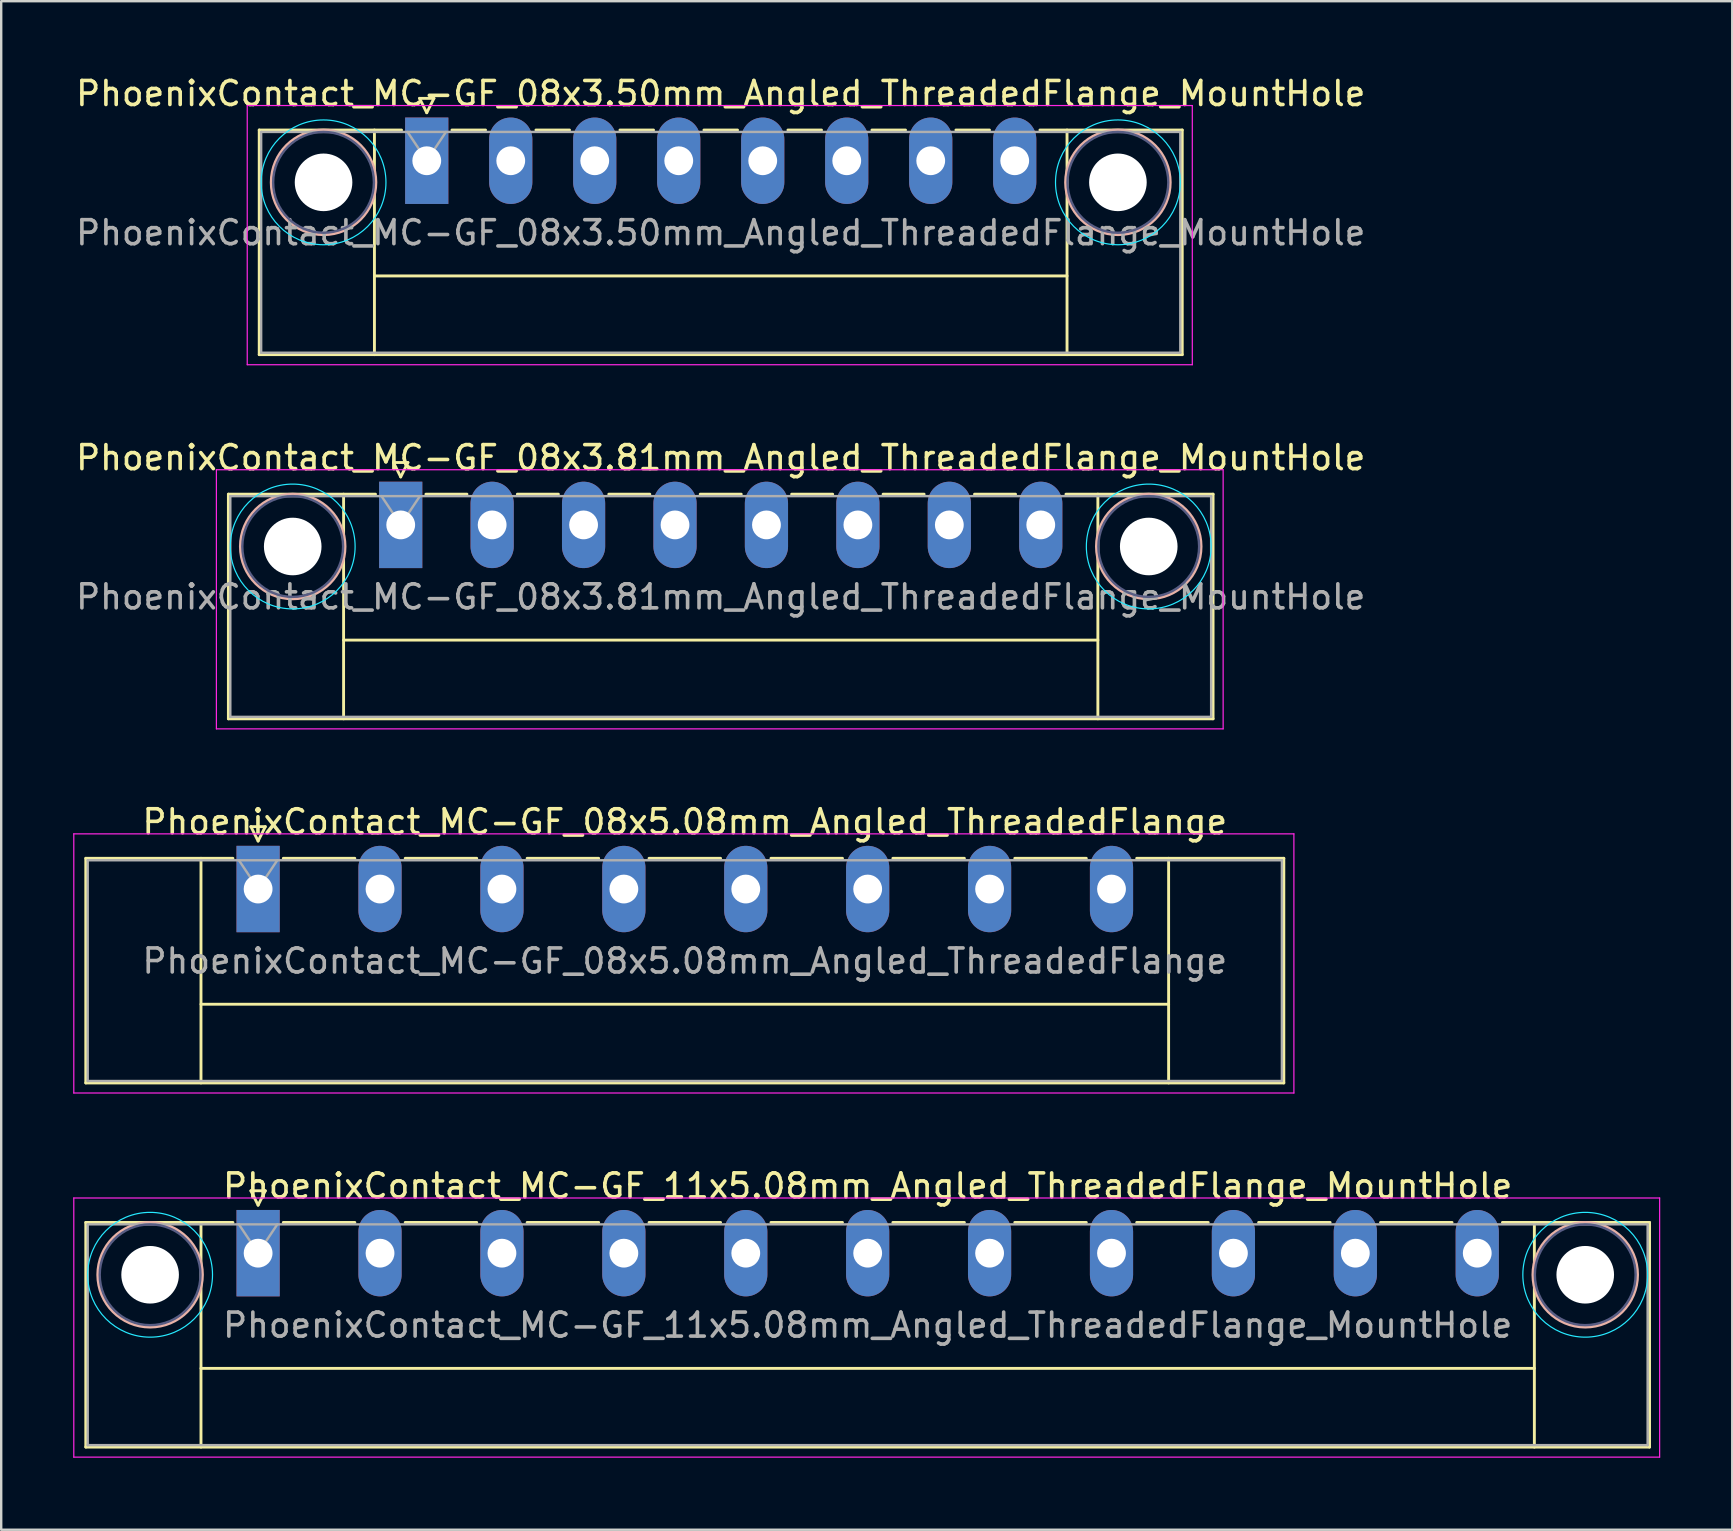
<source format=kicad_pcb>
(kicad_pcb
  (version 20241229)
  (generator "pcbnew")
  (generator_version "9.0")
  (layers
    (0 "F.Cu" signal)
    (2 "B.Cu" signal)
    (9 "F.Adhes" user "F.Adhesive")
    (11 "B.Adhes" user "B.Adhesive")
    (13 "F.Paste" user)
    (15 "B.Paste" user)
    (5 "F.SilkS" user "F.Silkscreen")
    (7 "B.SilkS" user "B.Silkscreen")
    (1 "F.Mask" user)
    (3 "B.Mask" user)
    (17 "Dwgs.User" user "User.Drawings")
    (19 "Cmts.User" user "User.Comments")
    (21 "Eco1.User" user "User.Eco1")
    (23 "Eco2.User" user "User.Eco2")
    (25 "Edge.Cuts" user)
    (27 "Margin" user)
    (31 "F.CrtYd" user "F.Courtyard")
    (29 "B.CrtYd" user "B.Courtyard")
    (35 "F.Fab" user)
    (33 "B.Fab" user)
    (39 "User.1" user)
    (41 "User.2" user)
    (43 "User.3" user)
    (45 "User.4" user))
  (footprint "PhoenixContact_MC-GF_08x5.08mm_Angled_ThreadedFlange"
    (layer "F.Cu")
    (at 7.705 33.995)
    (property "Reference" "PhoenixContact_MC-GF_08x5.08mm_Angled_ThreadedFlange" (at 17.78 -2.8 0) (layer "F.SilkS") (effects (font (size 1 1) (thickness 0.15))))
    (attr through_hole)
    (fp_line (start -7.18 -1.28) (end -7.18 8.08) (stroke (width 0.12) (type solid)) (layer "F.SilkS"))
    (fp_line (start -7.18 -1.28) (end -1.05 -1.28) (stroke (width 0.12) (type solid)) (layer "F.SilkS"))
    (fp_line (start -7.18 8.08) (end 42.74 8.08) (stroke (width 0.12) (type solid)) (layer "F.SilkS"))
    (fp_line (start -2.38 -1.28) (end -2.38 8.08) (stroke (width 0.12) (type solid)) (layer "F.SilkS"))
    (fp_line (start -2.38 4.8) (end 37.94 4.8) (stroke (width 0.12) (type solid)) (layer "F.SilkS"))
    (fp_line (start -0.3 -2.6) (end 0.3 -2.6) (stroke (width 0.12) (type solid)) (layer "F.SilkS"))
    (fp_line (start 0 -2) (end -0.3 -2.6) (stroke (width 0.12) (type solid)) (layer "F.SilkS"))
    (fp_line (start 0.3 -2.6) (end 0 -2) (stroke (width 0.12) (type solid)) (layer "F.SilkS"))
    (fp_line (start 1.05 -1.28) (end 4.03 -1.28) (stroke (width 0.12) (type solid)) (layer "F.SilkS"))
    (fp_line (start 6.13 -1.28) (end 9.11 -1.28) (stroke (width 0.12) (type solid)) (layer "F.SilkS"))
    (fp_line (start 11.21 -1.28) (end 14.19 -1.28) (stroke (width 0.12) (type solid)) (layer "F.SilkS"))
    (fp_line (start 16.29 -1.28) (end 19.27 -1.28) (stroke (width 0.12) (type solid)) (layer "F.SilkS"))
    (fp_line (start 21.37 -1.28) (end 24.35 -1.28) (stroke (width 0.12) (type solid)) (layer "F.SilkS"))
    (fp_line (start 26.45 -1.28) (end 29.43 -1.28) (stroke (width 0.12) (type solid)) (layer "F.SilkS"))
    (fp_line (start 31.53 -1.28) (end 34.51 -1.28) (stroke (width 0.12) (type solid)) (layer "F.SilkS"))
    (fp_line (start 37.94 -1.28) (end 37.94 8.08) (stroke (width 0.12) (type solid)) (layer "F.SilkS"))
    (fp_line (start 42.74 -1.28) (end 36.61 -1.28) (stroke (width 0.12) (type solid)) (layer "F.SilkS"))
    (fp_line (start 42.74 8.08) (end 42.74 -1.28) (stroke (width 0.12) (type solid)) (layer "F.SilkS"))
    (fp_line (start -7.68 -2.3) (end -7.68 8.5) (stroke (width 0.05) (type solid)) (layer "F.CrtYd"))
    (fp_line (start -7.68 8.5) (end 43.16 8.5) (stroke (width 0.05) (type solid)) (layer "F.CrtYd"))
    (fp_line (start 43.16 -2.3) (end -7.68 -2.3) (stroke (width 0.05) (type solid)) (layer "F.CrtYd"))
    (fp_line (start 43.16 8.5) (end 43.16 -2.3) (stroke (width 0.05) (type solid)) (layer "F.CrtYd"))
    (fp_line (start -7.1 -1.2) (end -7.1 8) (stroke (width 0.1) (type solid)) (layer "F.Fab"))
    (fp_line (start -7.1 8) (end 42.66 8) (stroke (width 0.1) (type solid)) (layer "F.Fab"))
    (fp_line (start 0 0) (end -0.8 -1.2) (stroke (width 0.1) (type solid)) (layer "F.Fab"))
    (fp_line (start 0.8 -1.2) (end 0 0) (stroke (width 0.1) (type solid)) (layer "F.Fab"))
    (fp_line (start 42.66 -1.2) (end -7.1 -1.2) (stroke (width 0.1) (type solid)) (layer "F.Fab"))
    (fp_line (start 42.66 8) (end 42.66 -1.2) (stroke (width 0.1) (type solid)) (layer "F.Fab"))
    (fp_text user "${REFERENCE}" (at 17.78 3 0) (layer "F.Fab") (effects (font (size 1 1) (thickness 0.15))))
    (pad "1" thru_hole rect (at 0 0) (size 1.8 3.6) (drill 1.2) (layers "*.Cu" "*.Mask"))
    (pad "2" thru_hole oval (at 5.08 0) (size 1.8 3.6) (drill 1.2) (layers "*.Cu" "*.Mask"))
    (pad "3" thru_hole oval (at 10.16 0) (size 1.8 3.6) (drill 1.2) (layers "*.Cu" "*.Mask"))
    (pad "4" thru_hole oval (at 15.24 0) (size 1.8 3.6) (drill 1.2) (layers "*.Cu" "*.Mask"))
    (pad "5" thru_hole oval (at 20.32 0) (size 1.8 3.6) (drill 1.2) (layers "*.Cu" "*.Mask"))
    (pad "6" thru_hole oval (at 25.4 0) (size 1.8 3.6) (drill 1.2) (layers "*.Cu" "*.Mask"))
    (pad "7" thru_hole oval (at 30.48 0) (size 1.8 3.6) (drill 1.2) (layers "*.Cu" "*.Mask"))
    (pad "8" thru_hole oval (at 35.56 0) (size 1.8 3.6) (drill 1.2) (layers "*.Cu" "*.Mask")))
  (footprint "PhoenixContact_MC-GF_08x3.50mm_Angled_ThreadedFlange_MountHole"
    (layer "F.Cu")
    (at 14.732 3.648)
    (property "Reference" "PhoenixContact_MC-GF_08x3.50mm_Angled_ThreadedFlange_MountHole" (at 12.25 -2.8 0) (layer "F.SilkS") (effects (font (size 1 1) (thickness 0.15))))
    (attr through_hole)
    (fp_line (start -6.98 -1.28) (end -6.98 8.08) (stroke (width 0.12) (type solid)) (layer "F.SilkS"))
    (fp_line (start -6.98 -1.28) (end -1.05 -1.28) (stroke (width 0.12) (type solid)) (layer "F.SilkS"))
    (fp_line (start -6.98 8.08) (end 31.48 8.08) (stroke (width 0.12) (type solid)) (layer "F.SilkS"))
    (fp_line (start -2.18 -1.28) (end -2.18 8.08) (stroke (width 0.12) (type solid)) (layer "F.SilkS"))
    (fp_line (start -2.18 4.8) (end 26.68 4.8) (stroke (width 0.12) (type solid)) (layer "F.SilkS"))
    (fp_line (start -0.3 -2.6) (end 0.3 -2.6) (stroke (width 0.12) (type solid)) (layer "F.SilkS"))
    (fp_line (start 0 -2) (end -0.3 -2.6) (stroke (width 0.12) (type solid)) (layer "F.SilkS"))
    (fp_line (start 0.3 -2.6) (end 0 -2) (stroke (width 0.12) (type solid)) (layer "F.SilkS"))
    (fp_line (start 1.05 -1.28) (end 2.45 -1.28) (stroke (width 0.12) (type solid)) (layer "F.SilkS"))
    (fp_line (start 4.55 -1.28) (end 5.95 -1.28) (stroke (width 0.12) (type solid)) (layer "F.SilkS"))
    (fp_line (start 8.05 -1.28) (end 9.45 -1.28) (stroke (width 0.12) (type solid)) (layer "F.SilkS"))
    (fp_line (start 11.55 -1.28) (end 12.95 -1.28) (stroke (width 0.12) (type solid)) (layer "F.SilkS"))
    (fp_line (start 15.05 -1.28) (end 16.45 -1.28) (stroke (width 0.12) (type solid)) (layer "F.SilkS"))
    (fp_line (start 18.55 -1.28) (end 19.95 -1.28) (stroke (width 0.12) (type solid)) (layer "F.SilkS"))
    (fp_line (start 22.05 -1.28) (end 23.45 -1.28) (stroke (width 0.12) (type solid)) (layer "F.SilkS"))
    (fp_line (start 26.68 -1.28) (end 26.68 8.08) (stroke (width 0.12) (type solid)) (layer "F.SilkS"))
    (fp_line (start 31.48 -1.28) (end 25.55 -1.28) (stroke (width 0.12) (type solid)) (layer "F.SilkS"))
    (fp_line (start 31.48 8.08) (end 31.48 -1.28) (stroke (width 0.12) (type solid)) (layer "F.SilkS"))
    (fp_circle (center -4.3 0.9) (end -2.12 0.9) (stroke (width 0.12) (type solid)) (fill no) (layer "B.SilkS"))
    (fp_circle (center 28.8 0.9) (end 30.98 0.9) (stroke (width 0.12) (type solid)) (fill no) (layer "B.SilkS"))
    (fp_circle (center -4.3 0.9) (end -1.7 0.9) (stroke (width 0.05) (type solid)) (fill no) (layer "B.CrtYd"))
    (fp_circle (center 28.8 0.9) (end 31.4 0.9) (stroke (width 0.05) (type solid)) (fill no) (layer "B.CrtYd"))
    (fp_line (start -7.48 -2.3) (end -7.48 8.5) (stroke (width 0.05) (type solid)) (layer "F.CrtYd"))
    (fp_line (start -7.48 8.5) (end 31.9 8.5) (stroke (width 0.05) (type solid)) (layer "F.CrtYd"))
    (fp_line (start 31.9 -2.3) (end -7.48 -2.3) (stroke (width 0.05) (type solid)) (layer "F.CrtYd"))
    (fp_line (start 31.9 8.5) (end 31.9 -2.3) (stroke (width 0.05) (type solid)) (layer "F.CrtYd"))
    (fp_circle (center -4.3 0.9) (end -2.2 0.9) (stroke (width 0.1) (type solid)) (fill no) (layer "B.Fab"))
    (fp_circle (center 28.8 0.9) (end 30.9 0.9) (stroke (width 0.1) (type solid)) (fill no) (layer "B.Fab"))
    (fp_line (start -6.9 -1.2) (end -6.9 8) (stroke (width 0.1) (type solid)) (layer "F.Fab"))
    (fp_line (start -6.9 8) (end 31.4 8) (stroke (width 0.1) (type solid)) (layer "F.Fab"))
    (fp_line (start 0 0) (end -0.8 -1.2) (stroke (width 0.1) (type solid)) (layer "F.Fab"))
    (fp_line (start 0.8 -1.2) (end 0 0) (stroke (width 0.1) (type solid)) (layer "F.Fab"))
    (fp_line (start 31.4 -1.2) (end -6.9 -1.2) (stroke (width 0.1) (type solid)) (layer "F.Fab"))
    (fp_line (start 31.4 8) (end 31.4 -1.2) (stroke (width 0.1) (type solid)) (layer "F.Fab"))
    (fp_text user "${REFERENCE}" (at 12.25 3 0) (layer "F.Fab") (effects (font (size 1 1) (thickness 0.15))))
    (pad "" np_thru_hole circle (at -4.3 0.9) (size 2.4 2.4) (drill 2.4) (layers "*.Cu" "*.Mask"))
    (pad "" np_thru_hole circle (at 28.8 0.9) (size 2.4 2.4) (drill 2.4) (layers "*.Cu" "*.Mask"))
    (pad "1" thru_hole rect (at 0 0) (size 1.8 3.6) (drill 1.2) (layers "*.Cu" "*.Mask"))
    (pad "2" thru_hole oval (at 3.5 0) (size 1.8 3.6) (drill 1.2) (layers "*.Cu" "*.Mask"))
    (pad "3" thru_hole oval (at 7 0) (size 1.8 3.6) (drill 1.2) (layers "*.Cu" "*.Mask"))
    (pad "4" thru_hole oval (at 10.5 0) (size 1.8 3.6) (drill 1.2) (layers "*.Cu" "*.Mask"))
    (pad "5" thru_hole oval (at 14 0) (size 1.8 3.6) (drill 1.2) (layers "*.Cu" "*.Mask"))
    (pad "6" thru_hole oval (at 17.5 0) (size 1.8 3.6) (drill 1.2) (layers "*.Cu" "*.Mask"))
    (pad "7" thru_hole oval (at 21 0) (size 1.8 3.6) (drill 1.2) (layers "*.Cu" "*.Mask"))
    (pad "8" thru_hole oval (at 24.5 0) (size 1.8 3.6) (drill 1.2) (layers "*.Cu" "*.Mask")))
  (footprint "PhoenixContact_MC-GF_08x3.81mm_Angled_ThreadedFlange_MountHole"
    (layer "F.Cu")
    (at 13.647 18.822)
    (property "Reference" "PhoenixContact_MC-GF_08x3.81mm_Angled_ThreadedFlange_MountHole" (at 13.335 -2.8 0) (layer "F.SilkS") (effects (font (size 1 1) (thickness 0.15))))
    (attr through_hole)
    (fp_line (start -7.18 -1.28) (end -7.18 8.08) (stroke (width 0.12) (type solid)) (layer "F.SilkS"))
    (fp_line (start -7.18 -1.28) (end -1.05 -1.28) (stroke (width 0.12) (type solid)) (layer "F.SilkS"))
    (fp_line (start -7.18 8.08) (end 33.85 8.08) (stroke (width 0.12) (type solid)) (layer "F.SilkS"))
    (fp_line (start -2.38 -1.28) (end -2.38 8.08) (stroke (width 0.12) (type solid)) (layer "F.SilkS"))
    (fp_line (start -2.38 4.8) (end 29.05 4.8) (stroke (width 0.12) (type solid)) (layer "F.SilkS"))
    (fp_line (start -0.3 -2.6) (end 0.3 -2.6) (stroke (width 0.12) (type solid)) (layer "F.SilkS"))
    (fp_line (start 0 -2) (end -0.3 -2.6) (stroke (width 0.12) (type solid)) (layer "F.SilkS"))
    (fp_line (start 0.3 -2.6) (end 0 -2) (stroke (width 0.12) (type solid)) (layer "F.SilkS"))
    (fp_line (start 1.05 -1.28) (end 2.76 -1.28) (stroke (width 0.12) (type solid)) (layer "F.SilkS"))
    (fp_line (start 4.86 -1.28) (end 6.57 -1.28) (stroke (width 0.12) (type solid)) (layer "F.SilkS"))
    (fp_line (start 8.67 -1.28) (end 10.38 -1.28) (stroke (width 0.12) (type solid)) (layer "F.SilkS"))
    (fp_line (start 12.48 -1.28) (end 14.19 -1.28) (stroke (width 0.12) (type solid)) (layer "F.SilkS"))
    (fp_line (start 16.29 -1.28) (end 18 -1.28) (stroke (width 0.12) (type solid)) (layer "F.SilkS"))
    (fp_line (start 20.1 -1.28) (end 21.81 -1.28) (stroke (width 0.12) (type solid)) (layer "F.SilkS"))
    (fp_line (start 23.91 -1.28) (end 25.62 -1.28) (stroke (width 0.12) (type solid)) (layer "F.SilkS"))
    (fp_line (start 29.05 -1.28) (end 29.05 8.08) (stroke (width 0.12) (type solid)) (layer "F.SilkS"))
    (fp_line (start 33.85 -1.28) (end 27.72 -1.28) (stroke (width 0.12) (type solid)) (layer "F.SilkS"))
    (fp_line (start 33.85 8.08) (end 33.85 -1.28) (stroke (width 0.12) (type solid)) (layer "F.SilkS"))
    (fp_circle (center -4.5 0.9) (end -2.32 0.9) (stroke (width 0.12) (type solid)) (fill no) (layer "B.SilkS"))
    (fp_circle (center 31.17 0.9) (end 33.35 0.9) (stroke (width 0.12) (type solid)) (fill no) (layer "B.SilkS"))
    (fp_circle (center -4.5 0.9) (end -1.9 0.9) (stroke (width 0.05) (type solid)) (fill no) (layer "B.CrtYd"))
    (fp_circle (center 31.17 0.9) (end 33.77 0.9) (stroke (width 0.05) (type solid)) (fill no) (layer "B.CrtYd"))
    (fp_line (start -7.68 -2.3) (end -7.68 8.5) (stroke (width 0.05) (type solid)) (layer "F.CrtYd"))
    (fp_line (start -7.68 8.5) (end 34.27 8.5) (stroke (width 0.05) (type solid)) (layer "F.CrtYd"))
    (fp_line (start 34.27 -2.3) (end -7.68 -2.3) (stroke (width 0.05) (type solid)) (layer "F.CrtYd"))
    (fp_line (start 34.27 8.5) (end 34.27 -2.3) (stroke (width 0.05) (type solid)) (layer "F.CrtYd"))
    (fp_circle (center -4.5 0.9) (end -2.4 0.9) (stroke (width 0.1) (type solid)) (fill no) (layer "B.Fab"))
    (fp_circle (center 31.17 0.9) (end 33.27 0.9) (stroke (width 0.1) (type solid)) (fill no) (layer "B.Fab"))
    (fp_line (start -7.1 -1.2) (end -7.1 8) (stroke (width 0.1) (type solid)) (layer "F.Fab"))
    (fp_line (start -7.1 8) (end 33.77 8) (stroke (width 0.1) (type solid)) (layer "F.Fab"))
    (fp_line (start 0 0) (end -0.8 -1.2) (stroke (width 0.1) (type solid)) (layer "F.Fab"))
    (fp_line (start 0.8 -1.2) (end 0 0) (stroke (width 0.1) (type solid)) (layer "F.Fab"))
    (fp_line (start 33.77 -1.2) (end -7.1 -1.2) (stroke (width 0.1) (type solid)) (layer "F.Fab"))
    (fp_line (start 33.77 8) (end 33.77 -1.2) (stroke (width 0.1) (type solid)) (layer "F.Fab"))
    (fp_text user "${REFERENCE}" (at 13.335 3 0) (layer "F.Fab") (effects (font (size 1 1) (thickness 0.15))))
    (pad "" np_thru_hole circle (at -4.5 0.9) (size 2.4 2.4) (drill 2.4) (layers "*.Cu" "*.Mask"))
    (pad "" np_thru_hole circle (at 31.17 0.9) (size 2.4 2.4) (drill 2.4) (layers "*.Cu" "*.Mask"))
    (pad "1" thru_hole rect (at 0 0) (size 1.8 3.6) (drill 1.2) (layers "*.Cu" "*.Mask"))
    (pad "2" thru_hole oval (at 3.81 0) (size 1.8 3.6) (drill 1.2) (layers "*.Cu" "*.Mask"))
    (pad "3" thru_hole oval (at 7.62 0) (size 1.8 3.6) (drill 1.2) (layers "*.Cu" "*.Mask"))
    (pad "4" thru_hole oval (at 11.43 0) (size 1.8 3.6) (drill 1.2) (layers "*.Cu" "*.Mask"))
    (pad "5" thru_hole oval (at 15.24 0) (size 1.8 3.6) (drill 1.2) (layers "*.Cu" "*.Mask"))
    (pad "6" thru_hole oval (at 19.05 0) (size 1.8 3.6) (drill 1.2) (layers "*.Cu" "*.Mask"))
    (pad "7" thru_hole oval (at 22.86 0) (size 1.8 3.6) (drill 1.2) (layers "*.Cu" "*.Mask"))
    (pad "8" thru_hole oval (at 26.67 0) (size 1.8 3.6) (drill 1.2) (layers "*.Cu" "*.Mask")))
  (footprint "PhoenixContact_MC-GF_11x5.08mm_Angled_ThreadedFlange_MountHole"
    (layer "F.Cu")
    (at 7.705 49.168)
    (property "Reference" "PhoenixContact_MC-GF_11x5.08mm_Angled_ThreadedFlange_MountHole" (at 25.4 -2.8 0) (layer "F.SilkS") (effects (font (size 1 1) (thickness 0.15))))
    (attr through_hole)
    (fp_line (start -7.18 -1.28) (end -7.18 8.08) (stroke (width 0.12) (type solid)) (layer "F.SilkS"))
    (fp_line (start -7.18 -1.28) (end -1.05 -1.28) (stroke (width 0.12) (type solid)) (layer "F.SilkS"))
    (fp_line (start -7.18 8.08) (end 57.98 8.08) (stroke (width 0.12) (type solid)) (layer "F.SilkS"))
    (fp_line (start -2.38 -1.28) (end -2.38 8.08) (stroke (width 0.12) (type solid)) (layer "F.SilkS"))
    (fp_line (start -2.38 4.8) (end 53.18 4.8) (stroke (width 0.12) (type solid)) (layer "F.SilkS"))
    (fp_line (start -0.3 -2.6) (end 0.3 -2.6) (stroke (width 0.12) (type solid)) (layer "F.SilkS"))
    (fp_line (start 0 -2) (end -0.3 -2.6) (stroke (width 0.12) (type solid)) (layer "F.SilkS"))
    (fp_line (start 0.3 -2.6) (end 0 -2) (stroke (width 0.12) (type solid)) (layer "F.SilkS"))
    (fp_line (start 1.05 -1.28) (end 4.03 -1.28) (stroke (width 0.12) (type solid)) (layer "F.SilkS"))
    (fp_line (start 6.13 -1.28) (end 9.11 -1.28) (stroke (width 0.12) (type solid)) (layer "F.SilkS"))
    (fp_line (start 11.21 -1.28) (end 14.19 -1.28) (stroke (width 0.12) (type solid)) (layer "F.SilkS"))
    (fp_line (start 16.29 -1.28) (end 19.27 -1.28) (stroke (width 0.12) (type solid)) (layer "F.SilkS"))
    (fp_line (start 21.37 -1.28) (end 24.35 -1.28) (stroke (width 0.12) (type solid)) (layer "F.SilkS"))
    (fp_line (start 26.45 -1.28) (end 29.43 -1.28) (stroke (width 0.12) (type solid)) (layer "F.SilkS"))
    (fp_line (start 31.53 -1.28) (end 34.51 -1.28) (stroke (width 0.12) (type solid)) (layer "F.SilkS"))
    (fp_line (start 36.61 -1.28) (end 39.59 -1.28) (stroke (width 0.12) (type solid)) (layer "F.SilkS"))
    (fp_line (start 41.69 -1.28) (end 44.67 -1.28) (stroke (width 0.12) (type solid)) (layer "F.SilkS"))
    (fp_line (start 46.77 -1.28) (end 49.75 -1.28) (stroke (width 0.12) (type solid)) (layer "F.SilkS"))
    (fp_line (start 53.18 -1.28) (end 53.18 8.08) (stroke (width 0.12) (type solid)) (layer "F.SilkS"))
    (fp_line (start 57.98 -1.28) (end 51.85 -1.28) (stroke (width 0.12) (type solid)) (layer "F.SilkS"))
    (fp_line (start 57.98 8.08) (end 57.98 -1.28) (stroke (width 0.12) (type solid)) (layer "F.SilkS"))
    (fp_circle (center -4.5 0.9) (end -2.32 0.9) (stroke (width 0.12) (type solid)) (fill no) (layer "B.SilkS"))
    (fp_circle (center 55.3 0.9) (end 57.48 0.9) (stroke (width 0.12) (type solid)) (fill no) (layer "B.SilkS"))
    (fp_circle (center -4.5 0.9) (end -1.9 0.9) (stroke (width 0.05) (type solid)) (fill no) (layer "B.CrtYd"))
    (fp_circle (center 55.3 0.9) (end 57.9 0.9) (stroke (width 0.05) (type solid)) (fill no) (layer "B.CrtYd"))
    (fp_line (start -7.68 -2.3) (end -7.68 8.5) (stroke (width 0.05) (type solid)) (layer "F.CrtYd"))
    (fp_line (start -7.68 8.5) (end 58.4 8.5) (stroke (width 0.05) (type solid)) (layer "F.CrtYd"))
    (fp_line (start 58.4 -2.3) (end -7.68 -2.3) (stroke (width 0.05) (type solid)) (layer "F.CrtYd"))
    (fp_line (start 58.4 8.5) (end 58.4 -2.3) (stroke (width 0.05) (type solid)) (layer "F.CrtYd"))
    (fp_circle (center -4.5 0.9) (end -2.4 0.9) (stroke (width 0.1) (type solid)) (fill no) (layer "B.Fab"))
    (fp_circle (center 55.3 0.9) (end 57.4 0.9) (stroke (width 0.1) (type solid)) (fill no) (layer "B.Fab"))
    (fp_line (start -7.1 -1.2) (end -7.1 8) (stroke (width 0.1) (type solid)) (layer "F.Fab"))
    (fp_line (start -7.1 8) (end 57.9 8) (stroke (width 0.1) (type solid)) (layer "F.Fab"))
    (fp_line (start 0 0) (end -0.8 -1.2) (stroke (width 0.1) (type solid)) (layer "F.Fab"))
    (fp_line (start 0.8 -1.2) (end 0 0) (stroke (width 0.1) (type solid)) (layer "F.Fab"))
    (fp_line (start 57.9 -1.2) (end -7.1 -1.2) (stroke (width 0.1) (type solid)) (layer "F.Fab"))
    (fp_line (start 57.9 8) (end 57.9 -1.2) (stroke (width 0.1) (type solid)) (layer "F.Fab"))
    (fp_text user "${REFERENCE}" (at 25.4 3 0) (layer "F.Fab") (effects (font (size 1 1) (thickness 0.15))))
    (pad "" np_thru_hole circle (at -4.5 0.9) (size 2.4 2.4) (drill 2.4) (layers "*.Cu" "*.Mask"))
    (pad "" np_thru_hole circle (at 55.3 0.9) (size 2.4 2.4) (drill 2.4) (layers "*.Cu" "*.Mask"))
    (pad "1" thru_hole rect (at 0 0) (size 1.8 3.6) (drill 1.2) (layers "*.Cu" "*.Mask"))
    (pad "2" thru_hole oval (at 5.08 0) (size 1.8 3.6) (drill 1.2) (layers "*.Cu" "*.Mask"))
    (pad "3" thru_hole oval (at 10.16 0) (size 1.8 3.6) (drill 1.2) (layers "*.Cu" "*.Mask"))
    (pad "4" thru_hole oval (at 15.24 0) (size 1.8 3.6) (drill 1.2) (layers "*.Cu" "*.Mask"))
    (pad "5" thru_hole oval (at 20.32 0) (size 1.8 3.6) (drill 1.2) (layers "*.Cu" "*.Mask"))
    (pad "6" thru_hole oval (at 25.4 0) (size 1.8 3.6) (drill 1.2) (layers "*.Cu" "*.Mask"))
    (pad "7" thru_hole oval (at 30.48 0) (size 1.8 3.6) (drill 1.2) (layers "*.Cu" "*.Mask"))
    (pad "8" thru_hole oval (at 35.56 0) (size 1.8 3.6) (drill 1.2) (layers "*.Cu" "*.Mask"))
    (pad "9" thru_hole oval (at 40.64 0) (size 1.8 3.6) (drill 1.2) (layers "*.Cu" "*.Mask"))
    (pad "10" thru_hole oval (at 45.72 0) (size 1.8 3.6) (drill 1.2) (layers "*.Cu" "*.Mask"))
    (pad "11" thru_hole oval (at 50.8 0) (size 1.8 3.6) (drill 1.2) (layers "*.Cu" "*.Mask")))
  (gr_rect
    (start -3 -3)
    (end 69.13 60.693)
    (stroke (width 0.1) (type default))
    (fill no)
    (layer "Edge.Cuts")))
</source>
